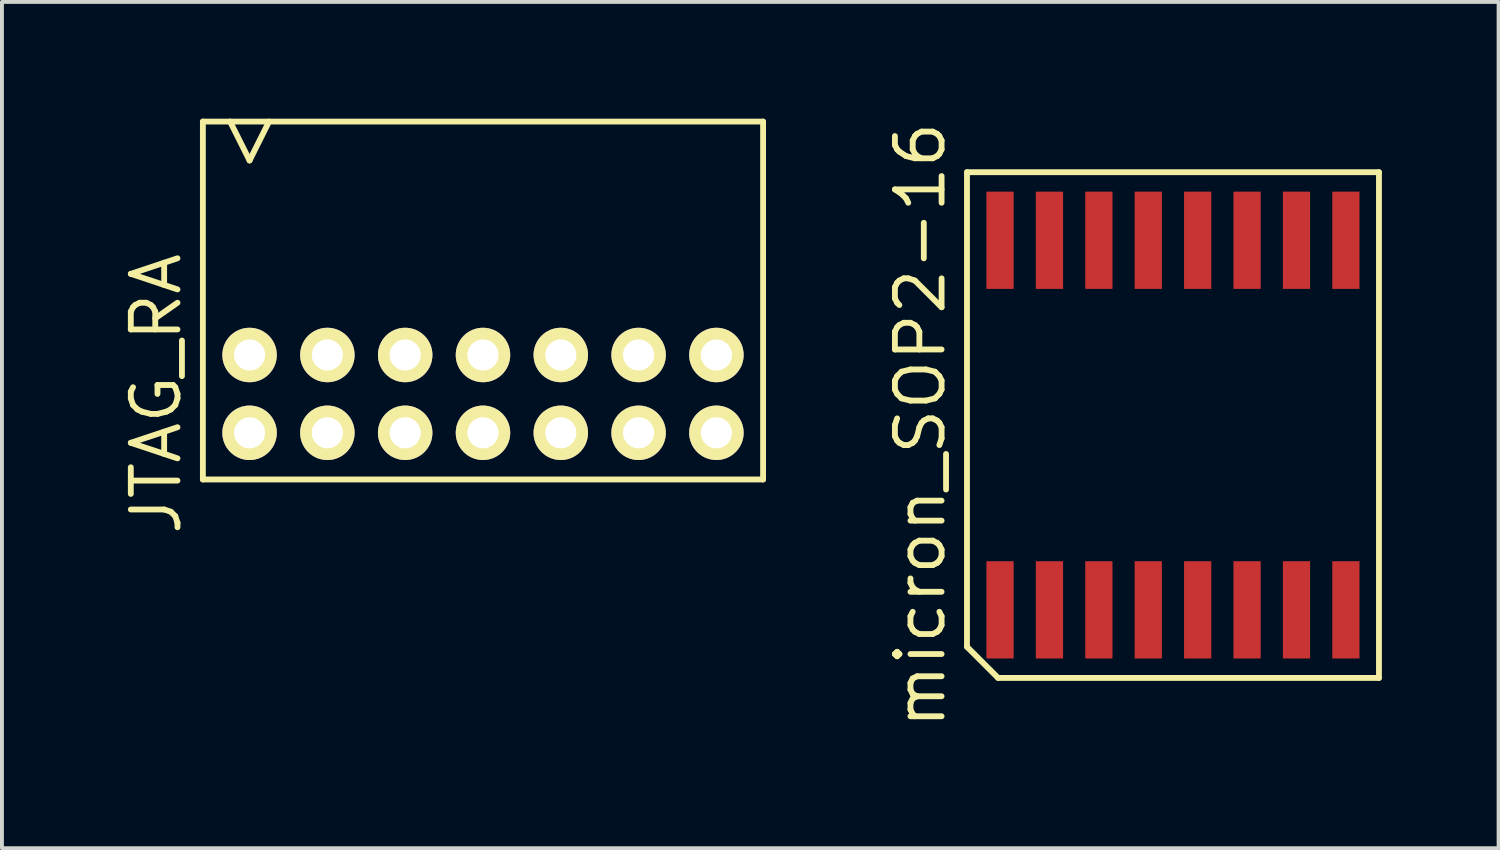
<source format=kicad_pcb>
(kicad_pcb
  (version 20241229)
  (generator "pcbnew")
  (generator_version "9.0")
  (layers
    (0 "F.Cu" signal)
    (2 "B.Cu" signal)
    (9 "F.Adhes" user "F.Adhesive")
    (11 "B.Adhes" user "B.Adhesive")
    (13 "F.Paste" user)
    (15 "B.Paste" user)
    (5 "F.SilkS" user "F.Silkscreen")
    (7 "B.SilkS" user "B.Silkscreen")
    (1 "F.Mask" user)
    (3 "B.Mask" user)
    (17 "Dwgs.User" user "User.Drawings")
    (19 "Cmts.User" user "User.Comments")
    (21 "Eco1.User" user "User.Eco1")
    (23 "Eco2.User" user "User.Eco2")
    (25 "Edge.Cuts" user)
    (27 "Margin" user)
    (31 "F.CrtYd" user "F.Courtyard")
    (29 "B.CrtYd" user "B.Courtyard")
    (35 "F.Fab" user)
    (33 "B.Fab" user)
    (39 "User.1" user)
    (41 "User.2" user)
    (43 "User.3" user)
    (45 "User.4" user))
  (footprint "JTAG_RA"
    (layer "F.Cu")
    (at 9.365 7.075)
    (property "Reference" "JTAG_RA" (at -8.4 0 90) (layer "F.SilkS") (effects (font (size 1.2 1.2) (thickness 0.15))))
    (attr through_hole)
    (fp_line (start -7.2 -7) (end -7.2 2.2) (stroke (width 0.15) (type solid)) (layer "F.SilkS"))
    (fp_line (start -7.2 2.2) (end 7.2 2.2) (stroke (width 0.15) (type solid)) (layer "F.SilkS"))
    (fp_line (start -6.5 -7) (end -6 -6) (stroke (width 0.15) (type solid)) (layer "F.SilkS"))
    (fp_line (start -5.5 -7) (end -6 -6) (stroke (width 0.15) (type solid)) (layer "F.SilkS"))
    (fp_line (start 7.2 -7) (end -7.2 -7) (stroke (width 0.15) (type solid)) (layer "F.SilkS"))
    (fp_line (start 7.2 2.2) (end 7.2 -7) (stroke (width 0.15) (type solid)) (layer "F.SilkS"))
    (pad "1" thru_hole circle (at -6 1) (size 1.4 1.4) (drill 0.8) (layers "*.Cu" "*.Mask" "F.SilkS"))
    (pad "2" thru_hole circle (at -6 -1) (size 1.4 1.4) (drill 0.8) (layers "*.Cu" "*.Mask" "F.SilkS"))
    (pad "3" thru_hole circle (at -4 1) (size 1.4 1.4) (drill 0.8) (layers "*.Cu" "*.Mask" "F.SilkS"))
    (pad "4" thru_hole circle (at -4 -1) (size 1.4 1.4) (drill 0.8) (layers "*.Cu" "*.Mask" "F.SilkS"))
    (pad "5" thru_hole circle (at -2 1) (size 1.4 1.4) (drill 0.8) (layers "*.Cu" "*.Mask" "F.SilkS"))
    (pad "6" thru_hole circle (at -2 -1) (size 1.4 1.4) (drill 0.8) (layers "*.Cu" "*.Mask" "F.SilkS"))
    (pad "7" thru_hole circle (at 0 1) (size 1.4 1.4) (drill 0.8) (layers "*.Cu" "*.Mask" "F.SilkS"))
    (pad "8" thru_hole circle (at 0 -1) (size 1.4 1.4) (drill 0.8) (layers "*.Cu" "*.Mask" "F.SilkS"))
    (pad "9" thru_hole circle (at 2 1) (size 1.4 1.4) (drill 0.8) (layers "*.Cu" "*.Mask" "F.SilkS"))
    (pad "10" thru_hole circle (at 2 -1) (size 1.4 1.4) (drill 0.8) (layers "*.Cu" "*.Mask" "F.SilkS"))
    (pad "11" thru_hole circle (at 4 1) (size 1.4 1.4) (drill 0.8) (layers "*.Cu" "*.Mask" "F.SilkS"))
    (pad "12" thru_hole circle (at 4 -1) (size 1.4 1.4) (drill 0.8) (layers "*.Cu" "*.Mask" "F.SilkS"))
    (pad "13" thru_hole circle (at 6 1) (size 1.4 1.4) (drill 0.8) (layers "*.Cu" "*.Mask" "F.SilkS"))
    (pad "14" thru_hole circle (at 6 -1) (size 1.4 1.4) (drill 0.8) (layers "*.Cu" "*.Mask" "F.SilkS")))
  (footprint "micron_SOP2-16"
    (layer "F.Cu")
    (at 27.101 7.876)
    (property "Reference" "micron_SOP2-16" (at -6.495 0 90) (layer "F.SilkS") (effects (font (size 1.2 1.2) (thickness 0.15))))
    (attr through_hole)
    (fp_line (start -5.295 -6.5) (end 5.295 -6.5) (stroke (width 0.15) (type solid)) (layer "F.SilkS"))
    (fp_line (start -5.295 5.7) (end -5.295 -6.5) (stroke (width 0.15) (type solid)) (layer "F.SilkS"))
    (fp_line (start -4.495 6.5) (end -5.295 5.7) (stroke (width 0.15) (type solid)) (layer "F.SilkS"))
    (fp_line (start 5.295 -6.5) (end 5.295 6.5) (stroke (width 0.15) (type solid)) (layer "F.SilkS"))
    (fp_line (start 5.295 6.5) (end -4.495 6.5) (stroke (width 0.15) (type solid)) (layer "F.SilkS"))
    (pad "1" smd rect (at -4.445 4.75) (size 0.7 2.5) (layers "F.Cu" "F.Mask" "F.Paste"))
    (pad "2" smd rect (at -3.175 4.75) (size 0.7 2.5) (layers "F.Cu" "F.Mask" "F.Paste"))
    (pad "3" smd rect (at -1.905 4.75) (size 0.7 2.5) (layers "F.Cu" "F.Mask" "F.Paste"))
    (pad "4" smd rect (at -0.635 4.75) (size 0.7 2.5) (layers "F.Cu" "F.Mask" "F.Paste"))
    (pad "5" smd rect (at 0.635 4.75) (size 0.7 2.5) (layers "F.Cu" "F.Mask" "F.Paste"))
    (pad "6" smd rect (at 1.905 4.75) (size 0.7 2.5) (layers "F.Cu" "F.Mask" "F.Paste"))
    (pad "7" smd rect (at 3.175 4.75) (size 0.7 2.5) (layers "F.Cu" "F.Mask" "F.Paste"))
    (pad "8" smd rect (at 4.445 4.75) (size 0.7 2.5) (layers "F.Cu" "F.Mask" "F.Paste"))
    (pad "9" smd rect (at 4.445 -4.75) (size 0.7 2.5) (layers "F.Cu" "F.Mask" "F.Paste"))
    (pad "10" smd rect (at 3.175 -4.75) (size 0.7 2.5) (layers "F.Cu" "F.Mask" "F.Paste"))
    (pad "11" smd rect (at 1.905 -4.75) (size 0.7 2.5) (layers "F.Cu" "F.Mask" "F.Paste"))
    (pad "12" smd rect (at 0.635 -4.75) (size 0.7 2.5) (layers "F.Cu" "F.Mask" "F.Paste"))
    (pad "13" smd rect (at -0.635 -4.75) (size 0.7 2.5) (layers "F.Cu" "F.Mask" "F.Paste"))
    (pad "14" smd rect (at -1.905 -4.75) (size 0.7 2.5) (layers "F.Cu" "F.Mask" "F.Paste"))
    (pad "15" smd rect (at -3.175 -4.75) (size 0.7 2.5) (layers "F.Cu" "F.Mask" "F.Paste"))
    (pad "16" smd rect (at -4.445 -4.75) (size 0.7 2.5) (layers "F.Cu" "F.Mask" "F.Paste")))
  (gr_rect
    (start -3 -3)
    (end 35.471 18.753)
    (stroke (width 0.1) (type default))
    (fill no)
    (layer "Edge.Cuts")))
</source>
